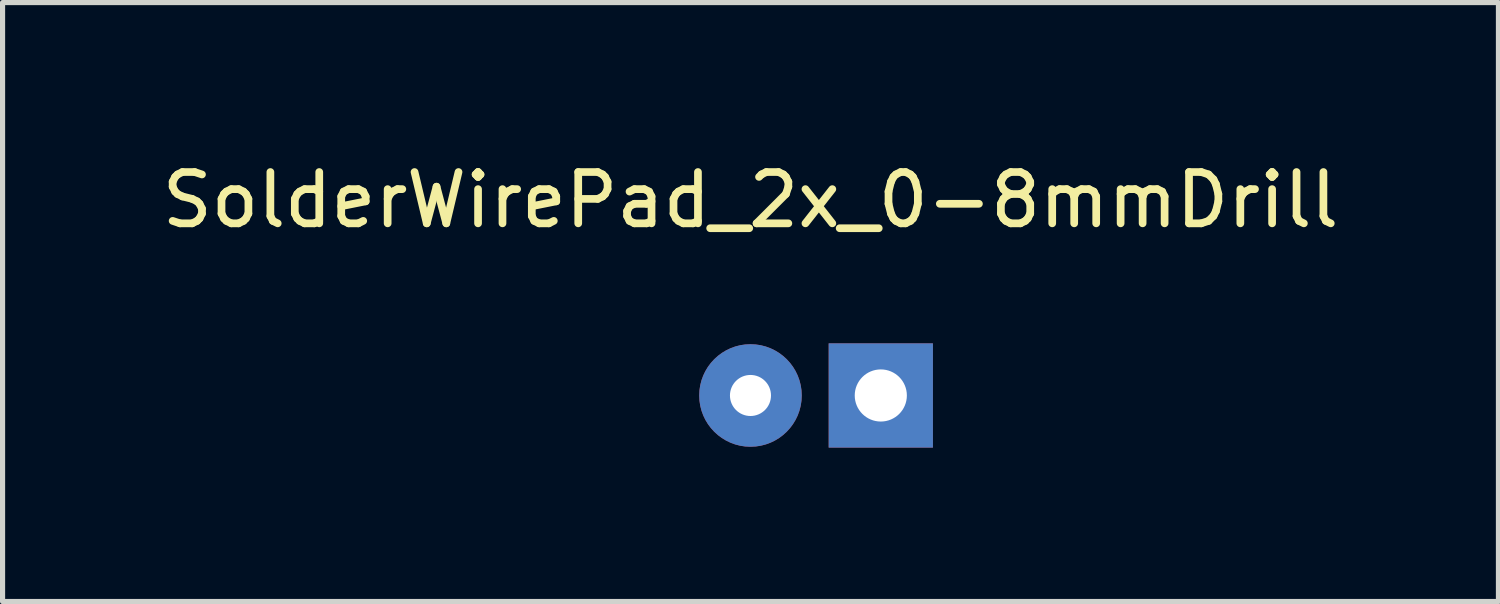
<source format=kicad_pcb>
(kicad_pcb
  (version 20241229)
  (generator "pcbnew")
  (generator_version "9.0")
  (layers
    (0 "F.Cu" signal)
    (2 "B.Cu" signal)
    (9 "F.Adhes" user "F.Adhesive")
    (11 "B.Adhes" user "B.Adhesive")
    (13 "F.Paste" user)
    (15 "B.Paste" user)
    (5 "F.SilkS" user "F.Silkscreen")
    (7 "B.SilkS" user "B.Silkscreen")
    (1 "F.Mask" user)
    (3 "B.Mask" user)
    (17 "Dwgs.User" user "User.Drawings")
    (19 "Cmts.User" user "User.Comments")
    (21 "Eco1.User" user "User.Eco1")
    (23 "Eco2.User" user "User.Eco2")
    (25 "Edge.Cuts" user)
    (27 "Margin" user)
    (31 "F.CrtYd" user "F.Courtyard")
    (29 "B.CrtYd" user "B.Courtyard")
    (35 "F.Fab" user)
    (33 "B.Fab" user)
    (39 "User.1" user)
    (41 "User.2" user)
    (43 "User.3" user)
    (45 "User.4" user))
  (footprint "SolderWirePad_2x_0-8mmDrill"
    (layer "F.Cu")
    (at 11.577 4.658)
    (property "Reference" "SolderWirePad_2x_0-8mmDrill" (at 0 -3.81 0) (layer "F.SilkS") (effects (font (size 1 1) (thickness 0.15))))
    (attr through_hole)
    (pad "1" thru_hole circle (at 0 0) (size 1.999 1.999) (drill 0.8) (layers "*.Cu" "*.Mask"))
    (pad "2" thru_hole rect (at 2.54 0) (size 2.032 2.032) (drill 1.016) (layers "*.Cu" "*.Mask")))
  (gr_rect
    (start -3 -3)
    (end 26.155 8.674)
    (stroke (width 0.1) (type default))
    (fill no)
    (layer "Edge.Cuts")))
</source>
